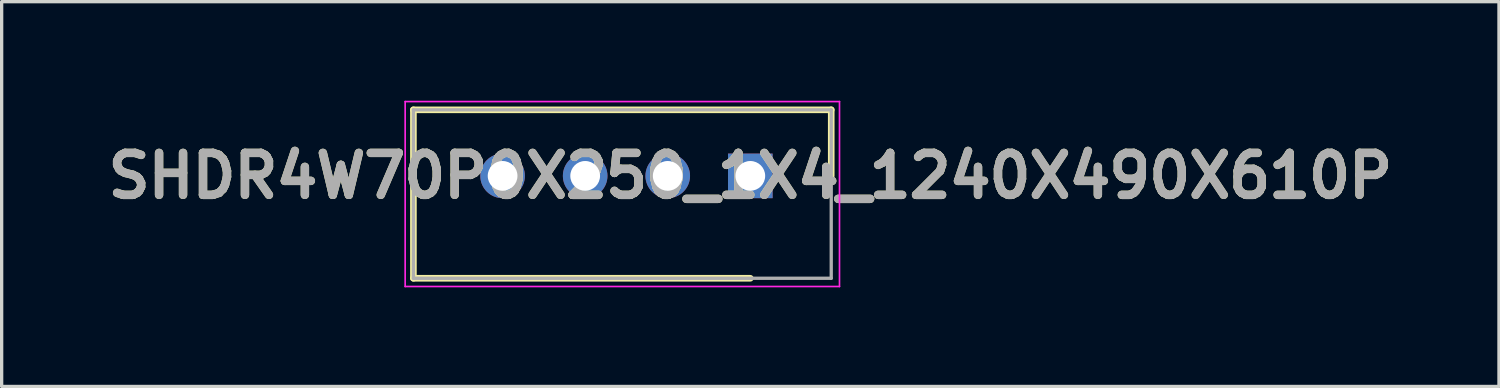
<source format=kicad_pcb>
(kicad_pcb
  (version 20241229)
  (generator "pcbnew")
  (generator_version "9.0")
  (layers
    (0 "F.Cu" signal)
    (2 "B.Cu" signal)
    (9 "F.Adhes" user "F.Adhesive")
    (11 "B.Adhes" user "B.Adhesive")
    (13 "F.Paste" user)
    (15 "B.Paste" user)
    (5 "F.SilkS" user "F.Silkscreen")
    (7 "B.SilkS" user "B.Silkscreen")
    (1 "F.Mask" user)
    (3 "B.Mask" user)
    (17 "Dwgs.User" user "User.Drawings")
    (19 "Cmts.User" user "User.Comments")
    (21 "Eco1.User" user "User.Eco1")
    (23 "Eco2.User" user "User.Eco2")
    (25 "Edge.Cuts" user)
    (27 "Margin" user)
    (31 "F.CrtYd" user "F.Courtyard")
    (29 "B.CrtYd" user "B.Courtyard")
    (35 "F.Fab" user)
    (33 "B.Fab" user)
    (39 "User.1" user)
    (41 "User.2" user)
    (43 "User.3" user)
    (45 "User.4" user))
  (footprint "SHDR4W70P0X250_1X4_1240X490X610P"
    (layer "F.Cu")
    (at 19.667 2.275)
    (property "Reference" "SHDR4W70P0X250_1X4_1240X490X610P" (at 0 0 0) (layer "F.SilkS") (effects (font (size 1.27 1.27) (thickness 0.254))))
    (attr through_hole)
    (fp_line (start -10.2 -2) (end 2.45 -2) (stroke (width 0.2) (type solid)) (layer "F.SilkS"))
    (fp_line (start -10.2 3.1) (end -10.2 -2) (stroke (width 0.2) (type solid)) (layer "F.SilkS"))
    (fp_line (start 0 3.1) (end -10.2 3.1) (stroke (width 0.2) (type solid)) (layer "F.SilkS"))
    (fp_line (start 2.45 -2) (end 2.45 0) (stroke (width 0.2) (type solid)) (layer "F.SilkS"))
    (fp_line (start -10.45 -2.25) (end 2.7 -2.25) (stroke (width 0.05) (type solid)) (layer "F.CrtYd"))
    (fp_line (start -10.45 3.35) (end -10.45 -2.25) (stroke (width 0.05) (type solid)) (layer "F.CrtYd"))
    (fp_line (start 2.7 -2.25) (end 2.7 3.35) (stroke (width 0.05) (type solid)) (layer "F.CrtYd"))
    (fp_line (start 2.7 3.35) (end -10.45 3.35) (stroke (width 0.05) (type solid)) (layer "F.CrtYd"))
    (fp_line (start -10.2 -2) (end 2.45 -2) (stroke (width 0.1) (type solid)) (layer "F.Fab"))
    (fp_line (start -10.2 3.1) (end -10.2 -2) (stroke (width 0.1) (type solid)) (layer "F.Fab"))
    (fp_line (start 2.45 -2) (end 2.45 3.1) (stroke (width 0.1) (type solid)) (layer "F.Fab"))
    (fp_line (start 2.45 3.1) (end -10.2 3.1) (stroke (width 0.1) (type solid)) (layer "F.Fab"))
    (fp_text user "${REFERENCE}" (at 0 0 0) (layer "F.Fab") (effects (font (size 1.27 1.27) (thickness 0.254))))
    (pad "1" thru_hole rect (at 0 0) (size 1.35 1.35) (drill 0.9) (layers "*.Cu" "*.Mask"))
    (pad "2" thru_hole circle (at -2.5 0) (size 1.35 1.35) (drill 0.9) (layers "*.Cu" "*.Mask"))
    (pad "3" thru_hole circle (at -5 0) (size 1.35 1.35) (drill 0.9) (layers "*.Cu" "*.Mask"))
    (pad "4" thru_hole circle (at -7.5 0) (size 1.35 1.35) (drill 0.9) (layers "*.Cu" "*.Mask")))
  (gr_rect
    (start -3 -3)
    (end 42.334 8.65)
    (stroke (width 0.1) (type default))
    (fill no)
    (layer "Edge.Cuts")))
</source>
